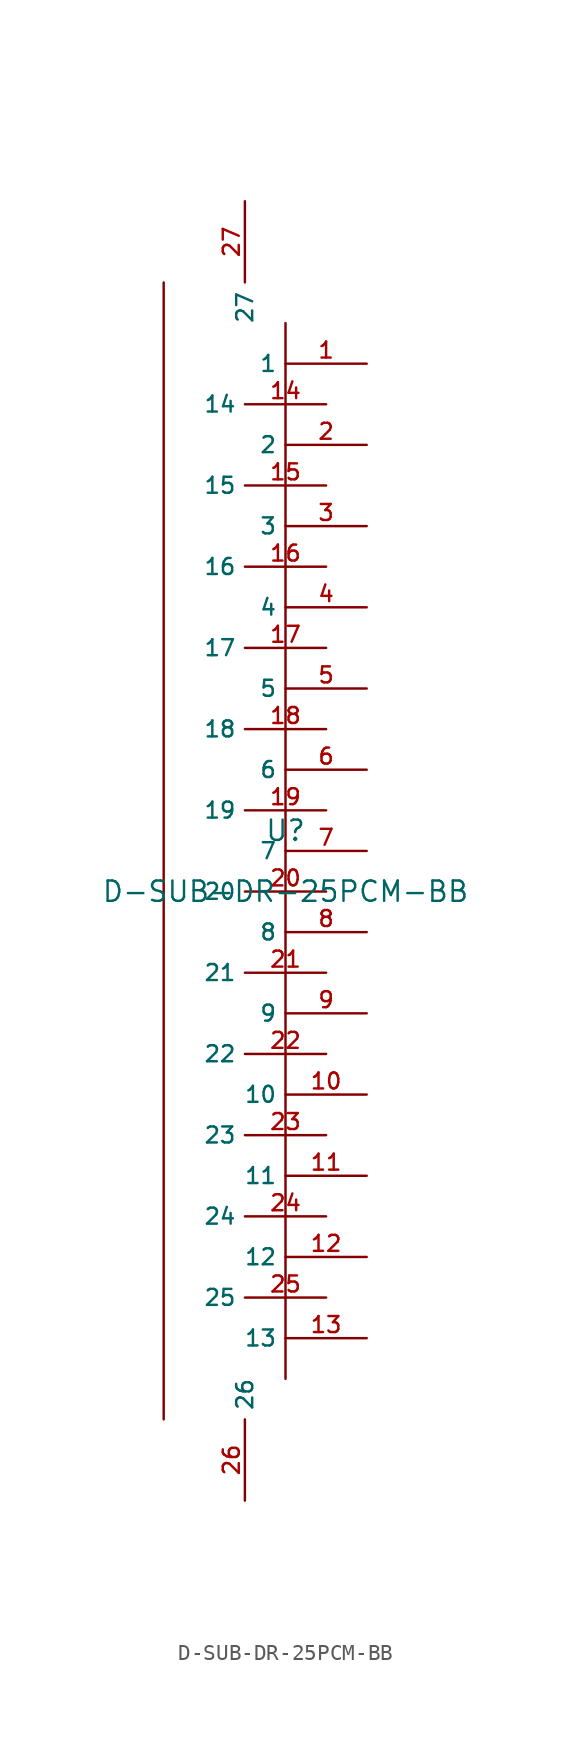
<source format=kicad_sym>
(kicad_symbol_lib
  (version 20210201)
  (generator TousstNicolas/JLC2KiCad_lib)
  (symbol "D-SUB-DR-25PCM-BB"
    (property "Reference" "U"
      (at 0 1.27 0)
      (effects (font (size 1.27 1.27))))
    (property "Value" "D-SUB-DR-25PCM-BB"
      (at 0 -2.54 0)
      (effects (font (size 1.27 1.27))))
    (symbol "D-SUB-DR-25PCM-BB_0_1"
      (pin unspecified line (at 5.08 30.48 180) (length 5.08) (name "1" (effects (font (size 1 1)))) (number "1" (effects (font (size 1 1)))))
      (pin unspecified line (at 5.08 25.4 180) (length 5.08) (name "2" (effects (font (size 1 1)))) (number "2" (effects (font (size 1 1)))))
      (pin unspecified line (at 5.08 20.32 180) (length 5.08) (name "3" (effects (font (size 1 1)))) (number "3" (effects (font (size 1 1)))))
      (pin unspecified line (at 5.08 15.24 180) (length 5.08) (name "4" (effects (font (size 1 1)))) (number "4" (effects (font (size 1 1)))))
      (pin unspecified line (at 5.08 10.16 180) (length 5.08) (name "5" (effects (font (size 1 1)))) (number "5" (effects (font (size 1 1)))))
      (pin unspecified line (at 5.08 5.08 180) (length 5.08) (name "6" (effects (font (size 1 1)))) (number "6" (effects (font (size 1 1)))))
      (pin unspecified line (at 5.08 -0.0 180) (length 5.08) (name "7" (effects (font (size 1 1)))) (number "7" (effects (font (size 1 1)))))
      (pin unspecified line (at 5.08 -5.08 180) (length 5.08) (name "8" (effects (font (size 1 1)))) (number "8" (effects (font (size 1 1)))))
      (pin unspecified line (at 5.08 -10.16 180) (length 5.08) (name "9" (effects (font (size 1 1)))) (number "9" (effects (font (size 1 1)))))
      (pin unspecified line (at 5.08 -15.24 180) (length 5.08) (name "10" (effects (font (size 1 1)))) (number "10" (effects (font (size 1 1)))))
      (pin unspecified line (at 5.08 -20.32 180) (length 5.08) (name "11" (effects (font (size 1 1)))) (number "11" (effects (font (size 1 1)))))
      (pin unspecified line (at 5.08 -25.4 180) (length 5.08) (name "12" (effects (font (size 1 1)))) (number "12" (effects (font (size 1 1)))))
      (pin unspecified line (at 5.08 -30.48 180) (length 5.08) (name "13" (effects (font (size 1 1)))) (number "13" (effects (font (size 1 1)))))
      (pin unspecified line (at 2.54 27.94 180) (length 5.08) (name "14" (effects (font (size 1 1)))) (number "14" (effects (font (size 1 1)))))
      (pin unspecified line (at 2.54 22.86 180) (length 5.08) (name "15" (effects (font (size 1 1)))) (number "15" (effects (font (size 1 1)))))
      (pin unspecified line (at 2.54 17.78 180) (length 5.08) (name "16" (effects (font (size 1 1)))) (number "16" (effects (font (size 1 1)))))
      (pin unspecified line (at 2.54 12.7 180) (length 5.08) (name "17" (effects (font (size 1 1)))) (number "17" (effects (font (size 1 1)))))
      (pin unspecified line (at 2.54 7.62 180) (length 5.08) (name "18" (effects (font (size 1 1)))) (number "18" (effects (font (size 1 1)))))
      (pin unspecified line (at 2.54 2.54 180) (length 5.08) (name "19" (effects (font (size 1 1)))) (number "19" (effects (font (size 1 1)))))
      (pin unspecified line (at 2.54 -2.54 180) (length 5.08) (name "20" (effects (font (size 1 1)))) (number "20" (effects (font (size 1 1)))))
      (pin unspecified line (at 2.54 -7.62 180) (length 5.08) (name "21" (effects (font (size 1 1)))) (number "21" (effects (font (size 1 1)))))
      (pin unspecified line (at 2.54 -12.7 180) (length 5.08) (name "22" (effects (font (size 1 1)))) (number "22" (effects (font (size 1 1)))))
      (pin unspecified line (at 2.54 -17.78 180) (length 5.08) (name "23" (effects (font (size 1 1)))) (number "23" (effects (font (size 1 1)))))
      (pin unspecified line (at 2.54 -22.86 180) (length 5.08) (name "24" (effects (font (size 1 1)))) (number "24" (effects (font (size 1 1)))))
      (pin unspecified line (at 2.54 -27.94 180) (length 5.08) (name "25" (effects (font (size 1 1)))) (number "25" (effects (font (size 1 1)))))
      (polyline (pts (xy 0.0 33.02) (xy 0.0 -33.02)) (stroke (width 0) (type default) (color 0 0 0 0)) (fill (type none)))
      (polyline (pts (xy -7.62 35.56) (xy -7.62 -35.56)) (stroke (width 0) (type default) (color 0 0 0 0)) (fill (type none)))
      (pin unspecified line (at -2.54 -40.64 90) (length 5.08) (name "26" (effects (font (size 1 1)))) (number "26" (effects (font (size 1 1)))))
      (pin unspecified line (at -2.54 40.64 270) (length 5.08) (name "27" (effects (font (size 1 1)))) (number "27" (effects (font (size 1 1))))))))
</source>
